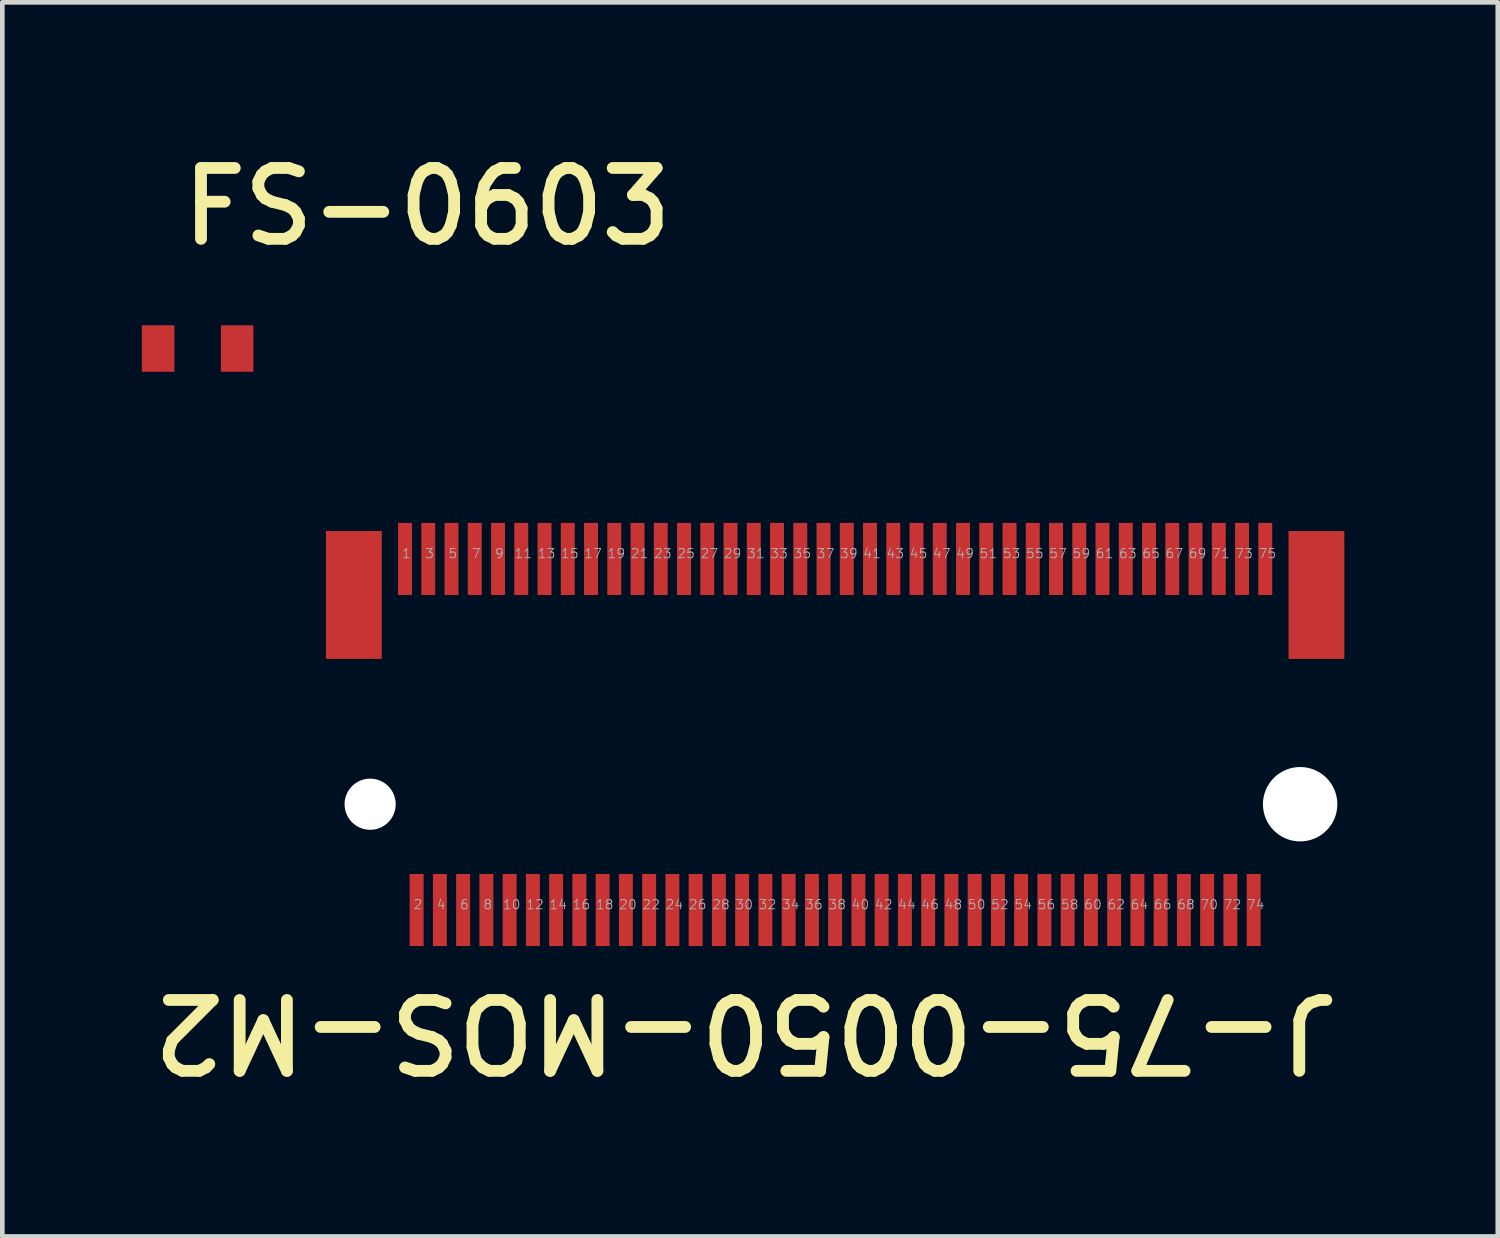
<source format=kicad_pcb>
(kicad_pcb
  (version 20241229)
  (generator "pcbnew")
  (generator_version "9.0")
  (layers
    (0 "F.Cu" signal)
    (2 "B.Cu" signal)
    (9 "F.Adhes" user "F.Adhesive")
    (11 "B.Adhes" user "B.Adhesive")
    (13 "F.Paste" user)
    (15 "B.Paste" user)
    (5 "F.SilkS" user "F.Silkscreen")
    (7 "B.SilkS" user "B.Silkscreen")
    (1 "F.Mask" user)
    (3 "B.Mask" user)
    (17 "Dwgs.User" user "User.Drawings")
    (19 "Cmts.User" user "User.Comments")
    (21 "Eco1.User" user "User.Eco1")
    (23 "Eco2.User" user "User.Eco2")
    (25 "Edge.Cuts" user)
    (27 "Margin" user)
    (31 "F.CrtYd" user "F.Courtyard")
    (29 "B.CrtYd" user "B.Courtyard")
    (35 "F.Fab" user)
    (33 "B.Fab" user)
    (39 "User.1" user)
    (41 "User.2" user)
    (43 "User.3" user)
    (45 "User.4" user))
  (footprint "J-75-0050-MOS-M2"
    (layer "F.Cu")
    (at 14.91 12.745)
    (property "Reference" "J-75-0050-MOS-M2" (at 10.947 5.51 180) (unlocked yes) (layer "F.SilkS") (effects (font (size 1.524 1.524) (thickness 0.254)) (justify left bottom)))
    (fp_poly (pts (xy -11.2 -4.75) (xy 11.2 -4.75) (xy 11.2 4.75) (xy -11.2 4.75)) (stroke (width 0.1) (type default)) (fill no) (layer "User.7"))
    (fp_text user "75" (at 9.09 -3.775 0) (unlocked yes) (layer "F.Fab") (effects (font (size 0.2 0.2) (thickness 0.02)) (justify left bottom)))
    (fp_text user "15" (at -5.91 -3.775 0) (unlocked yes) (layer "F.Fab") (effects (font (size 0.2 0.2) (thickness 0.02)) (justify left bottom)))
    (fp_text user "4" (at -8.58 3.775 0) (unlocked yes) (layer "F.Fab") (effects (font (size 0.2 0.2) (thickness 0.02)) (justify left bottom)))
    (fp_text user "36" (at -0.66 3.775 0) (unlocked yes) (layer "F.Fab") (effects (font (size 0.2 0.2) (thickness 0.02)) (justify left bottom)))
    (fp_text user "29" (at -2.41 -3.775 0) (unlocked yes) (layer "F.Fab") (effects (font (size 0.2 0.2) (thickness 0.02)) (justify left bottom)))
    (fp_text user "44" (at 1.34 3.775 0) (unlocked yes) (layer "F.Fab") (effects (font (size 0.2 0.2) (thickness 0.02)) (justify left bottom)))
    (fp_text user "62" (at 5.84 3.775 0) (unlocked yes) (layer "F.Fab") (effects (font (size 0.2 0.2) (thickness 0.02)) (justify left bottom)))
    (fp_text user "38" (at -0.16 3.775 0) (unlocked yes) (layer "F.Fab") (effects (font (size 0.2 0.2) (thickness 0.02)) (justify left bottom)))
    (fp_text user "72" (at 8.34 3.775 0) (unlocked yes) (layer "F.Fab") (effects (font (size 0.2 0.2) (thickness 0.02)) (justify left bottom)))
    (fp_text user "58" (at 4.84 3.775 0) (unlocked yes) (layer "F.Fab") (effects (font (size 0.2 0.2) (thickness 0.02)) (justify left bottom)))
    (fp_text user "73" (at 8.59 -3.775 0) (unlocked yes) (layer "F.Fab") (effects (font (size 0.2 0.2) (thickness 0.02)) (justify left bottom)))
    (fp_text user "67" (at 7.09 -3.775 0) (unlocked yes) (layer "F.Fab") (effects (font (size 0.2 0.2) (thickness 0.02)) (justify left bottom)))
    (fp_text user "10" (at -7.16 3.775 0) (unlocked yes) (layer "F.Fab") (effects (font (size 0.2 0.2) (thickness 0.02)) (justify left bottom)))
    (fp_text user "46" (at 1.84 3.775 0) (unlocked yes) (layer "F.Fab") (effects (font (size 0.2 0.2) (thickness 0.02)) (justify left bottom)))
    (fp_text user "43" (at 1.09 -3.775 0) (unlocked yes) (layer "F.Fab") (effects (font (size 0.2 0.2) (thickness 0.02)) (justify left bottom)))
    (fp_text user "16" (at -5.66 3.775 0) (unlocked yes) (layer "F.Fab") (effects (font (size 0.2 0.2) (thickness 0.02)) (justify left bottom)))
    (fp_text user "51" (at 3.09 -3.775 0) (unlocked yes) (layer "F.Fab") (effects (font (size 0.2 0.2) (thickness 0.02)) (justify left bottom)))
    (fp_text user "71" (at 8.09 -3.775 0) (unlocked yes) (layer "F.Fab") (effects (font (size 0.2 0.2) (thickness 0.02)) (justify left bottom)))
    (fp_text user "11" (at -6.91 -3.775 0) (unlocked yes) (layer "F.Fab") (effects (font (size 0.2 0.2) (thickness 0.02)) (justify left bottom)))
    (fp_text user "42" (at 0.84 3.775 0) (unlocked yes) (layer "F.Fab") (effects (font (size 0.2 0.2) (thickness 0.02)) (justify left bottom)))
    (fp_text user "37" (at -0.41 -3.775 0) (unlocked yes) (layer "F.Fab") (effects (font (size 0.2 0.2) (thickness 0.02)) (justify left bottom)))
    (fp_text user "28" (at -2.66 3.775 0) (unlocked yes) (layer "F.Fab") (effects (font (size 0.2 0.2) (thickness 0.02)) (justify left bottom)))
    (fp_text user "1" (at -9.33 -3.775 0) (unlocked yes) (layer "F.Fab") (effects (font (size 0.2 0.2) (thickness 0.02)) (justify left bottom)))
    (fp_text user "31" (at -1.91 -3.775 0) (unlocked yes) (layer "F.Fab") (effects (font (size 0.2 0.2) (thickness 0.02)) (justify left bottom)))
    (fp_text user "50" (at 2.84 3.775 0) (unlocked yes) (layer "F.Fab") (effects (font (size 0.2 0.2) (thickness 0.02)) (justify left bottom)))
    (fp_text user "63" (at 6.09 -3.775 0) (unlocked yes) (layer "F.Fab") (effects (font (size 0.2 0.2) (thickness 0.02)) (justify left bottom)))
    (fp_text user "47" (at 2.09 -3.775 0) (unlocked yes) (layer "F.Fab") (effects (font (size 0.2 0.2) (thickness 0.02)) (justify left bottom)))
    (fp_text user "60" (at 5.34 3.775 0) (unlocked yes) (layer "F.Fab") (effects (font (size 0.2 0.2) (thickness 0.02)) (justify left bottom)))
    (fp_text user "61" (at 5.59 -3.775 0) (unlocked yes) (layer "F.Fab") (effects (font (size 0.2 0.2) (thickness 0.02)) (justify left bottom)))
    (fp_text user "19" (at -4.91 -3.775 0) (unlocked yes) (layer "F.Fab") (effects (font (size 0.2 0.2) (thickness 0.02)) (justify left bottom)))
    (fp_text user "13" (at -6.41 -3.775 0) (unlocked yes) (layer "F.Fab") (effects (font (size 0.2 0.2) (thickness 0.02)) (justify left bottom)))
    (fp_text user "26" (at -3.16 3.775 0) (unlocked yes) (layer "F.Fab") (effects (font (size 0.2 0.2) (thickness 0.02)) (justify left bottom)))
    (fp_text user "65" (at 6.59 -3.775 0) (unlocked yes) (layer "F.Fab") (effects (font (size 0.2 0.2) (thickness 0.02)) (justify left bottom)))
    (fp_text user "57" (at 4.59 -3.775 0) (unlocked yes) (layer "F.Fab") (effects (font (size 0.2 0.2) (thickness 0.02)) (justify left bottom)))
    (fp_text user "34" (at -1.16 3.775 0) (unlocked yes) (layer "F.Fab") (effects (font (size 0.2 0.2) (thickness 0.02)) (justify left bottom)))
    (fp_text user "6" (at -8.08 3.775 0) (unlocked yes) (layer "F.Fab") (effects (font (size 0.2 0.2) (thickness 0.02)) (justify left bottom)))
    (fp_text user "25" (at -3.41 -3.775 0) (unlocked yes) (layer "F.Fab") (effects (font (size 0.2 0.2) (thickness 0.02)) (justify left bottom)))
    (fp_text user "14" (at -6.16 3.775 0) (unlocked yes) (layer "F.Fab") (effects (font (size 0.2 0.2) (thickness 0.02)) (justify left bottom)))
    (fp_text user "52" (at 3.34 3.775 0) (unlocked yes) (layer "F.Fab") (effects (font (size 0.2 0.2) (thickness 0.02)) (justify left bottom)))
    (fp_text user "66" (at 6.84 3.775 0) (unlocked yes) (layer "F.Fab") (effects (font (size 0.2 0.2) (thickness 0.02)) (justify left bottom)))
    (fp_text user "48" (at 2.34 3.775 0) (unlocked yes) (layer "F.Fab") (effects (font (size 0.2 0.2) (thickness 0.02)) (justify left bottom)))
    (fp_text user "17" (at -5.41 -3.775 0) (unlocked yes) (layer "F.Fab") (effects (font (size 0.2 0.2) (thickness 0.02)) (justify left bottom)))
    (fp_text user "39" (at 0.09 -3.775 0) (unlocked yes) (layer "F.Fab") (effects (font (size 0.2 0.2) (thickness 0.02)) (justify left bottom)))
    (fp_text user "7" (at -7.83 -3.775 0) (unlocked yes) (layer "F.Fab") (effects (font (size 0.2 0.2) (thickness 0.02)) (justify left bottom)))
    (fp_text user "64" (at 6.34 3.775 0) (unlocked yes) (layer "F.Fab") (effects (font (size 0.2 0.2) (thickness 0.02)) (justify left bottom)))
    (fp_text user "23" (at -3.91 -3.775 0) (unlocked yes) (layer "F.Fab") (effects (font (size 0.2 0.2) (thickness 0.02)) (justify left bottom)))
    (fp_text user "8" (at -7.58 3.775 0) (unlocked yes) (layer "F.Fab") (effects (font (size 0.2 0.2) (thickness 0.02)) (justify left bottom)))
    (fp_text user "70" (at 7.84 3.775 0) (unlocked yes) (layer "F.Fab") (effects (font (size 0.2 0.2) (thickness 0.02)) (justify left bottom)))
    (fp_text user "54" (at 3.84 3.775 0) (unlocked yes) (layer "F.Fab") (effects (font (size 0.2 0.2) (thickness 0.02)) (justify left bottom)))
    (fp_text user "49" (at 2.59 -3.775 0) (unlocked yes) (layer "F.Fab") (effects (font (size 0.2 0.2) (thickness 0.02)) (justify left bottom)))
    (fp_text user "22" (at -4.16 3.775 0) (unlocked yes) (layer "F.Fab") (effects (font (size 0.2 0.2) (thickness 0.02)) (justify left bottom)))
    (fp_text user "35" (at -0.91 -3.775 0) (unlocked yes) (layer "F.Fab") (effects (font (size 0.2 0.2) (thickness 0.02)) (justify left bottom)))
    (fp_text user "59" (at 5.09 -3.775 0) (unlocked yes) (layer "F.Fab") (effects (font (size 0.2 0.2) (thickness 0.02)) (justify left bottom)))
    (fp_text user "32" (at -1.66 3.775 0) (unlocked yes) (layer "F.Fab") (effects (font (size 0.2 0.2) (thickness 0.02)) (justify left bottom)))
    (fp_text user "41" (at 0.59 -3.775 0) (unlocked yes) (layer "F.Fab") (effects (font (size 0.2 0.2) (thickness 0.02)) (justify left bottom)))
    (fp_text user "45" (at 1.59 -3.775 0) (unlocked yes) (layer "F.Fab") (effects (font (size 0.2 0.2) (thickness 0.02)) (justify left bottom)))
    (fp_text user "74" (at 8.84 3.775 0) (unlocked yes) (layer "F.Fab") (effects (font (size 0.2 0.2) (thickness 0.02)) (justify left bottom)))
    (fp_text user "5" (at -8.33 -3.775 0) (unlocked yes) (layer "F.Fab") (effects (font (size 0.2 0.2) (thickness 0.02)) (justify left bottom)))
    (fp_text user "69" (at 7.59 -3.775 0) (unlocked yes) (layer "F.Fab") (effects (font (size 0.2 0.2) (thickness 0.02)) (justify left bottom)))
    (fp_text user "33" (at -1.41 -3.775 0) (unlocked yes) (layer "F.Fab") (effects (font (size 0.2 0.2) (thickness 0.02)) (justify left bottom)))
    (fp_text user "9" (at -7.33 -3.775 0) (unlocked yes) (layer "F.Fab") (effects (font (size 0.2 0.2) (thickness 0.02)) (justify left bottom)))
    (fp_text user "21" (at -4.41 -3.775 0) (unlocked yes) (layer "F.Fab") (effects (font (size 0.2 0.2) (thickness 0.02)) (justify left bottom)))
    (fp_text user "12" (at -6.66 3.775 0) (unlocked yes) (layer "F.Fab") (effects (font (size 0.2 0.2) (thickness 0.02)) (justify left bottom)))
    (fp_text user "55" (at 4.09 -3.775 0) (unlocked yes) (layer "F.Fab") (effects (font (size 0.2 0.2) (thickness 0.02)) (justify left bottom)))
    (fp_text user "53" (at 3.59 -3.775 0) (unlocked yes) (layer "F.Fab") (effects (font (size 0.2 0.2) (thickness 0.02)) (justify left bottom)))
    (fp_text user "3" (at -8.83 -3.775 0) (unlocked yes) (layer "F.Fab") (effects (font (size 0.2 0.2) (thickness 0.02)) (justify left bottom)))
    (fp_text user "30" (at -2.16 3.775 0) (unlocked yes) (layer "F.Fab") (effects (font (size 0.2 0.2) (thickness 0.02)) (justify left bottom)))
    (fp_text user "56" (at 4.34 3.775 0) (unlocked yes) (layer "F.Fab") (effects (font (size 0.2 0.2) (thickness 0.02)) (justify left bottom)))
    (fp_text user "24" (at -3.66 3.775 0) (unlocked yes) (layer "F.Fab") (effects (font (size 0.2 0.2) (thickness 0.02)) (justify left bottom)))
    (fp_text user "2" (at -9.08 3.775 0) (unlocked yes) (layer "F.Fab") (effects (font (size 0.2 0.2) (thickness 0.02)) (justify left bottom)))
    (fp_text user "40" (at 0.34 3.775 0) (unlocked yes) (layer "F.Fab") (effects (font (size 0.2 0.2) (thickness 0.02)) (justify left bottom)))
    (fp_text user "68" (at 7.34 3.775 0) (unlocked yes) (layer "F.Fab") (effects (font (size 0.2 0.2) (thickness 0.02)) (justify left bottom)))
    (fp_text user "18" (at -5.16 3.775 0) (unlocked yes) (layer "F.Fab") (effects (font (size 0.2 0.2) (thickness 0.02)) (justify left bottom)))
    (fp_text user "27" (at -2.91 -3.775 0) (unlocked yes) (layer "F.Fab") (effects (font (size 0.2 0.2) (thickness 0.02)) (justify left bottom)))
    (fp_text user "20" (at -4.66 3.775 0) (unlocked yes) (layer "F.Fab") (effects (font (size 0.2 0.2) (thickness 0.02)) (justify left bottom)))
    (pad "" smd rect (at -10.35 -3) (size 1.2 2.75) (layers "F.Cu" "F.Mask" "F.Paste"))
    (pad "" np_thru_hole circle (at -10 1.5) (size 1.1 1.1) (drill 1.1) (layers "*.Cu" "*.Mask"))
    (pad "" np_thru_hole circle (at 10 1.5) (size 1.6 1.6) (drill 1.6) (layers "*.Cu" "*.Mask"))
    (pad "" smd rect (at 10.35 -3) (size 1.2 2.75) (layers "F.Cu" "F.Mask" "F.Paste"))
    (pad "1" smd rect (at -9.25 -3.775) (size 0.3 1.55) (layers "F.Cu" "F.Mask" "F.Paste"))
    (pad "2" smd rect (at -9 3.775) (size 0.3 1.55) (layers "F.Cu" "F.Mask" "F.Paste"))
    (pad "3" smd rect (at -8.75 -3.775) (size 0.3 1.55) (layers "F.Cu" "F.Mask" "F.Paste"))
    (pad "4" smd rect (at -8.5 3.775) (size 0.3 1.55) (layers "F.Cu" "F.Mask" "F.Paste"))
    (pad "5" smd rect (at -8.25 -3.775) (size 0.3 1.55) (layers "F.Cu" "F.Mask" "F.Paste"))
    (pad "6" smd rect (at -8 3.775) (size 0.3 1.55) (layers "F.Cu" "F.Mask" "F.Paste"))
    (pad "7" smd rect (at -7.75 -3.775) (size 0.3 1.55) (layers "F.Cu" "F.Mask" "F.Paste"))
    (pad "8" smd rect (at -7.5 3.775) (size 0.3 1.55) (layers "F.Cu" "F.Mask" "F.Paste"))
    (pad "9" smd rect (at -7.25 -3.775) (size 0.3 1.55) (layers "F.Cu" "F.Mask" "F.Paste"))
    (pad "10" smd rect (at -7 3.775) (size 0.3 1.55) (layers "F.Cu" "F.Mask" "F.Paste"))
    (pad "11" smd rect (at -6.75 -3.775) (size 0.3 1.55) (layers "F.Cu" "F.Mask" "F.Paste"))
    (pad "12" smd rect (at -6.5 3.775) (size 0.3 1.55) (layers "F.Cu" "F.Mask" "F.Paste"))
    (pad "13" smd rect (at -6.25 -3.775) (size 0.3 1.55) (layers "F.Cu" "F.Mask" "F.Paste"))
    (pad "14" smd rect (at -6 3.775) (size 0.3 1.55) (layers "F.Cu" "F.Mask" "F.Paste"))
    (pad "15" smd rect (at -5.75 -3.775) (size 0.3 1.55) (layers "F.Cu" "F.Mask" "F.Paste"))
    (pad "16" smd rect (at -5.5 3.775) (size 0.3 1.55) (layers "F.Cu" "F.Mask" "F.Paste"))
    (pad "17" smd rect (at -5.25 -3.775) (size 0.3 1.55) (layers "F.Cu" "F.Mask" "F.Paste"))
    (pad "18" smd rect (at -5 3.775) (size 0.3 1.55) (layers "F.Cu" "F.Mask" "F.Paste"))
    (pad "19" smd rect (at -4.75 -3.775) (size 0.3 1.55) (layers "F.Cu" "F.Mask" "F.Paste"))
    (pad "20" smd rect (at -4.5 3.775) (size 0.3 1.55) (layers "F.Cu" "F.Mask" "F.Paste"))
    (pad "21" smd rect (at -4.25 -3.775) (size 0.3 1.55) (layers "F.Cu" "F.Mask" "F.Paste"))
    (pad "22" smd rect (at -4 3.775) (size 0.3 1.55) (layers "F.Cu" "F.Mask" "F.Paste"))
    (pad "23" smd rect (at -3.75 -3.775) (size 0.3 1.55) (layers "F.Cu" "F.Mask" "F.Paste"))
    (pad "24" smd rect (at -3.5 3.775) (size 0.3 1.55) (layers "F.Cu" "F.Mask" "F.Paste"))
    (pad "25" smd rect (at -3.25 -3.775) (size 0.3 1.55) (layers "F.Cu" "F.Mask" "F.Paste"))
    (pad "26" smd rect (at -3 3.775) (size 0.3 1.55) (layers "F.Cu" "F.Mask" "F.Paste"))
    (pad "27" smd rect (at -2.75 -3.775) (size 0.3 1.55) (layers "F.Cu" "F.Mask" "F.Paste"))
    (pad "28" smd rect (at -2.5 3.775) (size 0.3 1.55) (layers "F.Cu" "F.Mask" "F.Paste"))
    (pad "29" smd rect (at -2.25 -3.775) (size 0.3 1.55) (layers "F.Cu" "F.Mask" "F.Paste"))
    (pad "30" smd rect (at -2 3.775) (size 0.3 1.55) (layers "F.Cu" "F.Mask" "F.Paste"))
    (pad "31" smd rect (at -1.75 -3.775) (size 0.3 1.55) (layers "F.Cu" "F.Mask" "F.Paste"))
    (pad "32" smd rect (at -1.5 3.775) (size 0.3 1.55) (layers "F.Cu" "F.Mask" "F.Paste"))
    (pad "33" smd rect (at -1.25 -3.775) (size 0.3 1.55) (layers "F.Cu" "F.Mask" "F.Paste"))
    (pad "34" smd rect (at -1 3.775) (size 0.3 1.55) (layers "F.Cu" "F.Mask" "F.Paste"))
    (pad "35" smd rect (at -0.75 -3.775) (size 0.3 1.55) (layers "F.Cu" "F.Mask" "F.Paste"))
    (pad "36" smd rect (at -0.5 3.775) (size 0.3 1.55) (layers "F.Cu" "F.Mask" "F.Paste"))
    (pad "37" smd rect (at -0.25 -3.775) (size 0.3 1.55) (layers "F.Cu" "F.Mask" "F.Paste"))
    (pad "38" smd rect (at 0 3.775) (size 0.3 1.55) (layers "F.Cu" "F.Mask" "F.Paste"))
    (pad "39" smd rect (at 0.25 -3.775) (size 0.3 1.55) (layers "F.Cu" "F.Mask" "F.Paste"))
    (pad "40" smd rect (at 0.5 3.775) (size 0.3 1.55) (layers "F.Cu" "F.Mask" "F.Paste"))
    (pad "41" smd rect (at 0.75 -3.775) (size 0.3 1.55) (layers "F.Cu" "F.Mask" "F.Paste"))
    (pad "42" smd rect (at 1 3.775) (size 0.3 1.55) (layers "F.Cu" "F.Mask" "F.Paste"))
    (pad "43" smd rect (at 1.25 -3.775) (size 0.3 1.55) (layers "F.Cu" "F.Mask" "F.Paste"))
    (pad "44" smd rect (at 1.5 3.775) (size 0.3 1.55) (layers "F.Cu" "F.Mask" "F.Paste"))
    (pad "45" smd rect (at 1.75 -3.775) (size 0.3 1.55) (layers "F.Cu" "F.Mask" "F.Paste"))
    (pad "46" smd rect (at 2 3.775) (size 0.3 1.55) (layers "F.Cu" "F.Mask" "F.Paste"))
    (pad "47" smd rect (at 2.25 -3.775) (size 0.3 1.55) (layers "F.Cu" "F.Mask" "F.Paste"))
    (pad "48" smd rect (at 2.5 3.775) (size 0.3 1.55) (layers "F.Cu" "F.Mask" "F.Paste"))
    (pad "49" smd rect (at 2.75 -3.775) (size 0.3 1.55) (layers "F.Cu" "F.Mask" "F.Paste"))
    (pad "50" smd rect (at 3 3.775) (size 0.3 1.55) (layers "F.Cu" "F.Mask" "F.Paste"))
    (pad "51" smd rect (at 3.25 -3.775) (size 0.3 1.55) (layers "F.Cu" "F.Mask" "F.Paste"))
    (pad "52" smd rect (at 3.5 3.775) (size 0.3 1.55) (layers "F.Cu" "F.Mask" "F.Paste"))
    (pad "53" smd rect (at 3.75 -3.775) (size 0.3 1.55) (layers "F.Cu" "F.Mask" "F.Paste"))
    (pad "54" smd rect (at 4 3.775) (size 0.3 1.55) (layers "F.Cu" "F.Mask" "F.Paste"))
    (pad "55" smd rect (at 4.25 -3.775) (size 0.3 1.55) (layers "F.Cu" "F.Mask" "F.Paste"))
    (pad "56" smd rect (at 4.5 3.775) (size 0.3 1.55) (layers "F.Cu" "F.Mask" "F.Paste"))
    (pad "57" smd rect (at 4.75 -3.775) (size 0.3 1.55) (layers "F.Cu" "F.Mask" "F.Paste"))
    (pad "58" smd rect (at 5 3.775) (size 0.3 1.55) (layers "F.Cu" "F.Mask" "F.Paste"))
    (pad "59" smd rect (at 5.25 -3.775) (size 0.3 1.55) (layers "F.Cu" "F.Mask" "F.Paste"))
    (pad "60" smd rect (at 5.5 3.775) (size 0.3 1.55) (layers "F.Cu" "F.Mask" "F.Paste"))
    (pad "61" smd rect (at 5.75 -3.775) (size 0.3 1.55) (layers "F.Cu" "F.Mask" "F.Paste"))
    (pad "62" smd rect (at 6 3.775) (size 0.3 1.55) (layers "F.Cu" "F.Mask" "F.Paste"))
    (pad "63" smd rect (at 6.25 -3.775) (size 0.3 1.55) (layers "F.Cu" "F.Mask" "F.Paste"))
    (pad "64" smd rect (at 6.5 3.775) (size 0.3 1.55) (layers "F.Cu" "F.Mask" "F.Paste"))
    (pad "65" smd rect (at 6.75 -3.775) (size 0.3 1.55) (layers "F.Cu" "F.Mask" "F.Paste"))
    (pad "66" smd rect (at 7 3.775) (size 0.3 1.55) (layers "F.Cu" "F.Mask" "F.Paste"))
    (pad "67" smd rect (at 7.25 -3.775) (size 0.3 1.55) (layers "F.Cu" "F.Mask" "F.Paste"))
    (pad "68" smd rect (at 7.5 3.775) (size 0.3 1.55) (layers "F.Cu" "F.Mask" "F.Paste"))
    (pad "69" smd rect (at 7.75 -3.775) (size 0.3 1.55) (layers "F.Cu" "F.Mask" "F.Paste"))
    (pad "70" smd rect (at 8 3.775) (size 0.3 1.55) (layers "F.Cu" "F.Mask" "F.Paste"))
    (pad "71" smd rect (at 8.25 -3.775) (size 0.3 1.55) (layers "F.Cu" "F.Mask" "F.Paste"))
    (pad "72" smd rect (at 8.5 3.775) (size 0.3 1.55) (layers "F.Cu" "F.Mask" "F.Paste"))
    (pad "73" smd rect (at 8.75 -3.775) (size 0.3 1.55) (layers "F.Cu" "F.Mask" "F.Paste"))
    (pad "74" smd rect (at 9 3.775) (size 0.3 1.55) (layers "F.Cu" "F.Mask" "F.Paste"))
    (pad "75" smd rect (at 9.25 -3.775) (size 0.3 1.55) (layers "F.Cu" "F.Mask" "F.Paste"))
    (zone (net_name "") (layer "Eco1.User") (hatch edge 0.5) (connect_pads) (min_thickness 0.25) (filled_areas_thickness no) (keepout (tracks not_allowed) (vias not_allowed) (pads not_allowed) (copperpour not_allowed) (footprints allowed)) (placement (enabled no)) (fill) (polygon (pts (xy 3.91 17.295) (xy 3.91 8.195) (xy 25.91 8.195) (xy 25.91 17.295)))))
  (footprint "FS-0603"
    (layer "F.Cu")
    (at 1.2 4.445)
    (property "Reference" "FS-0603" (at -0.457 -2.159 0) (unlocked yes) (layer "F.SilkS") (effects (font (size 1.524 1.524) (thickness 0.254)) (justify left bottom)))
    (fp_text user "2" (at 0.85 -0.08 90) (unlocked yes) (layer "Eco1.User") (effects (font (size 0.2 0.2) (thickness 0.02)) (justify left bottom mirror)))
    (fp_text user "1" (at -0.85 -0.08 90) (unlocked yes) (layer "Eco1.User") (effects (font (size 0.2 0.2) (thickness 0.02)) (justify left bottom mirror)))
    (pad "1" smd rect (at -0.85 0 270) (size 1 0.7) (layers "F.Cu" "F.Mask" "F.Paste"))
    (pad "2" smd rect (at 0.85 0 270) (size 1 0.7) (layers "F.Cu" "F.Mask" "F.Paste"))
    (zone (net_name "") (layer "Eco1.User") (hatch edge 0.5) (connect_pads) (min_thickness 0.25) (filled_areas_thickness no) (keepout (tracks not_allowed) (vias not_allowed) (pads not_allowed) (copperpour not_allowed) (footprints allowed)) (placement (enabled no)) (fill) (polygon (pts (xy 2.4 4.945) (xy 0 4.945) (xy 0 3.945) (xy 2.4 3.945)))))
  (gr_rect
    (start -3 -3)
    (end 29.16 23.541)
    (stroke (width 0.1) (type default))
    (fill no)
    (layer "Edge.Cuts")))
</source>
